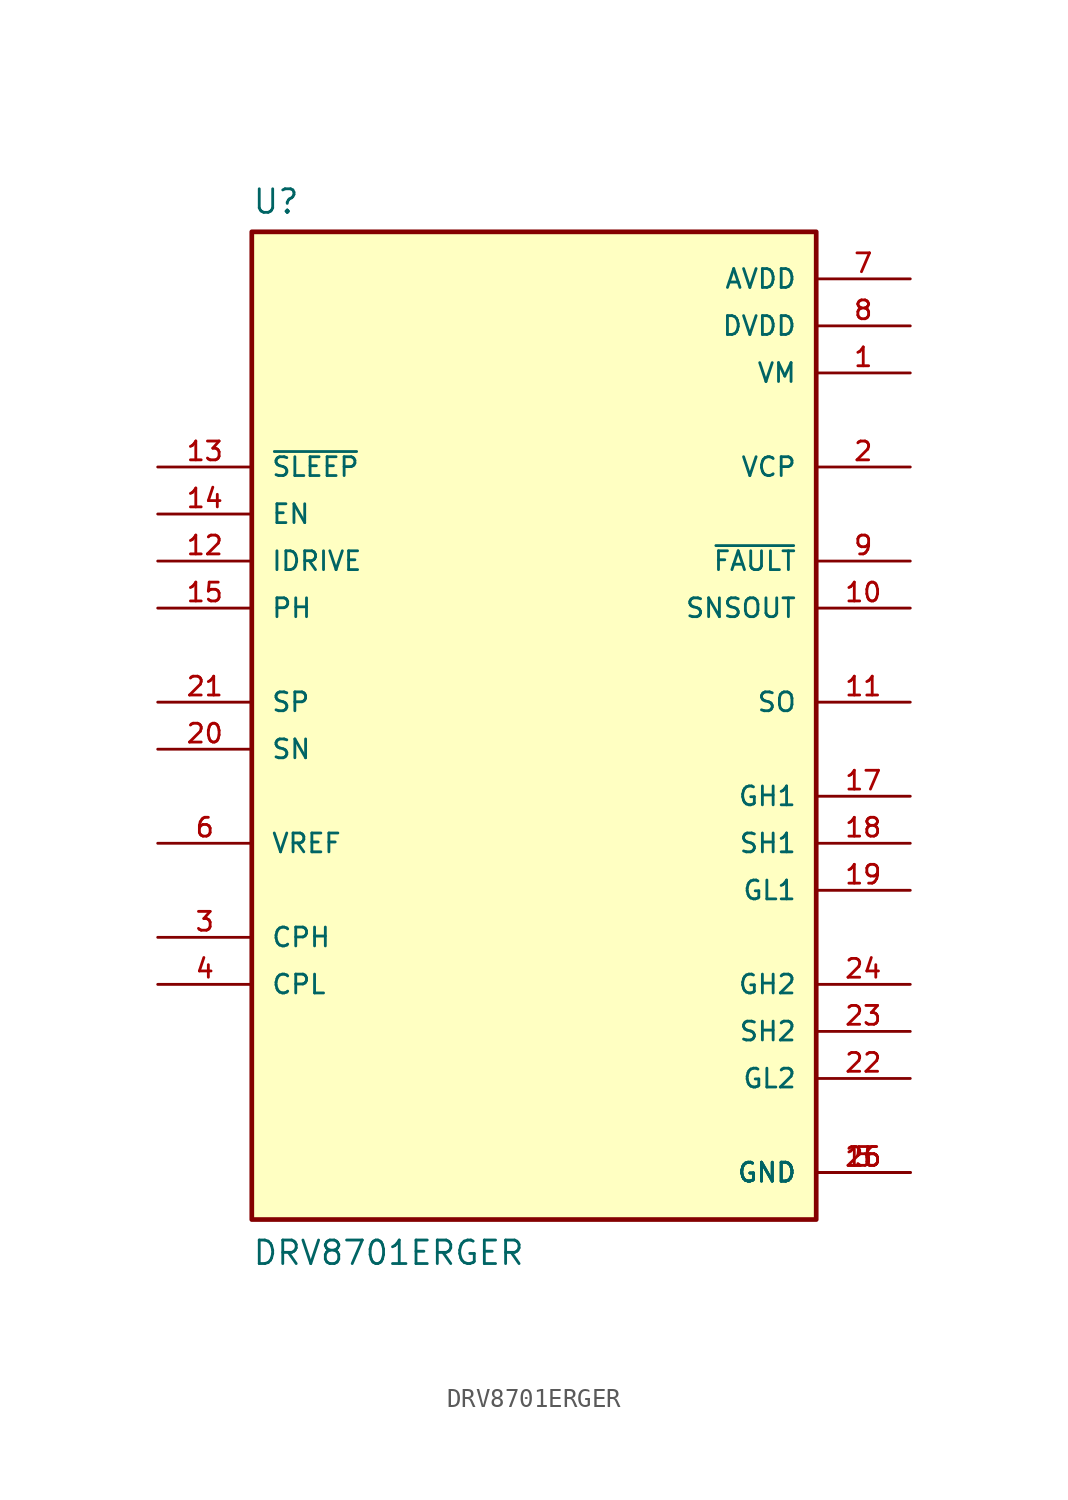
<source format=kicad_sym>
(kicad_symbol_lib
  (version 20211014)
  (generator kicad_symbol_editor)
  (symbol "DRV8701ERGER"
    (pin_names
      (offset 1.016))
    (property "Reference" "U"
      (at -15.24 26.289 0.0)
      (effects (font (size 1.27 1.27)) (justify bottom left)))
    (property "Value" "DRV8701ERGER"
      (at -15.24 -30.48 0.0)
      (effects (font (size 1.27 1.27)) (justify bottom left)))
    (symbol "DRV8701ERGER_0_0"
      (rectangle (start -15.24 -27.94) (end 15.24 25.4) (stroke (width 0.254)) (fill (type background)))
      (pin power_in line (at 20.32 17.78 180.0) (length 5.08) (name "VM" (effects (font (size 1.016 1.016)))) (number "1" (effects (font (size 1.016 1.016)))))
      (pin output line (at 20.32 12.7 180.0) (length 5.08) (name "VCP" (effects (font (size 1.016 1.016)))) (number "2" (effects (font (size 1.016 1.016)))))
      (pin passive line (at -20.32 -12.7 0) (length 5.08) (name "CPH" (effects (font (size 1.016 1.016)))) (number "3" (effects (font (size 1.016 1.016)))))
      (pin passive line (at -20.32 -15.24 0) (length 5.08) (name "CPL" (effects (font (size 1.016 1.016)))) (number "4" (effects (font (size 1.016 1.016)))))
      (pin input line (at -20.32 -7.62 0) (length 5.08) (name "VREF" (effects (font (size 1.016 1.016)))) (number "6" (effects (font (size 1.016 1.016)))))
      (pin power_in line (at 20.32 22.86 180.0) (length 5.08) (name "AVDD" (effects (font (size 1.016 1.016)))) (number "7" (effects (font (size 1.016 1.016)))))
      (pin power_in line (at 20.32 20.32 180.0) (length 5.08) (name "DVDD" (effects (font (size 1.016 1.016)))) (number "8" (effects (font (size 1.016 1.016)))))
      (pin output line (at 20.32 7.62 180.0) (length 5.08) (name "~{FAULT}" (effects (font (size 1.016 1.016)))) (number "9" (effects (font (size 1.016 1.016)))))
      (pin output line (at 20.32 5.08 180.0) (length 5.08) (name "SNSOUT" (effects (font (size 1.016 1.016)))) (number "10" (effects (font (size 1.016 1.016)))))
      (pin output line (at 20.32 0.0 180.0) (length 5.08) (name "SO" (effects (font (size 1.016 1.016)))) (number "11" (effects (font (size 1.016 1.016)))))
      (pin input line (at -20.32 7.62 0) (length 5.08) (name "IDRIVE" (effects (font (size 1.016 1.016)))) (number "12" (effects (font (size 1.016 1.016)))))
      (pin input line (at -20.32 12.7 0) (length 5.08) (name "~{SLEEP}" (effects (font (size 1.016 1.016)))) (number "13" (effects (font (size 1.016 1.016)))))
      (pin input line (at -20.32 10.16 0) (length 5.08) (name "EN" (effects (font (size 1.016 1.016)))) (number "14" (effects (font (size 1.016 1.016)))))
      (pin input line (at -20.32 5.08 0) (length 5.08) (name "PH" (effects (font (size 1.016 1.016)))) (number "15" (effects (font (size 1.016 1.016)))))
      (pin power_in line (at 20.32 -25.4 180.0) (length 5.08) (name "GND" (effects (font (size 1.016 1.016)))) (number "5" (effects (font (size 1.016 1.016)))))
      (pin power_in line (at 20.32 -25.4 180.0) (length 5.08) (name "GND" (effects (font (size 1.016 1.016)))) (number "16" (effects (font (size 1.016 1.016)))))
      (pin power_in line (at 20.32 -25.4 180.0) (length 5.08) (name "GND" (effects (font (size 1.016 1.016)))) (number "25" (effects (font (size 1.016 1.016)))))
      (pin output line (at 20.32 -5.08 180.0) (length 5.08) (name "GH1" (effects (font (size 1.016 1.016)))) (number "17" (effects (font (size 1.016 1.016)))))
      (pin input line (at 20.32 -7.62 180.0) (length 5.08) (name "SH1" (effects (font (size 1.016 1.016)))) (number "18" (effects (font (size 1.016 1.016)))))
      (pin output line (at 20.32 -10.16 180.0) (length 5.08) (name "GL1" (effects (font (size 1.016 1.016)))) (number "19" (effects (font (size 1.016 1.016)))))
      (pin input line (at -20.32 -2.54 0) (length 5.08) (name "SN" (effects (font (size 1.016 1.016)))) (number "20" (effects (font (size 1.016 1.016)))))
      (pin input line (at -20.32 0.0 0) (length 5.08) (name "SP" (effects (font (size 1.016 1.016)))) (number "21" (effects (font (size 1.016 1.016)))))
      (pin output line (at 20.32 -20.32 180.0) (length 5.08) (name "GL2" (effects (font (size 1.016 1.016)))) (number "22" (effects (font (size 1.016 1.016)))))
      (pin input line (at 20.32 -17.78 180.0) (length 5.08) (name "SH2" (effects (font (size 1.016 1.016)))) (number "23" (effects (font (size 1.016 1.016)))))
      (pin output line (at 20.32 -15.24 180.0) (length 5.08) (name "GH2" (effects (font (size 1.016 1.016)))) (number "24" (effects (font (size 1.016 1.016))))))))
</source>
